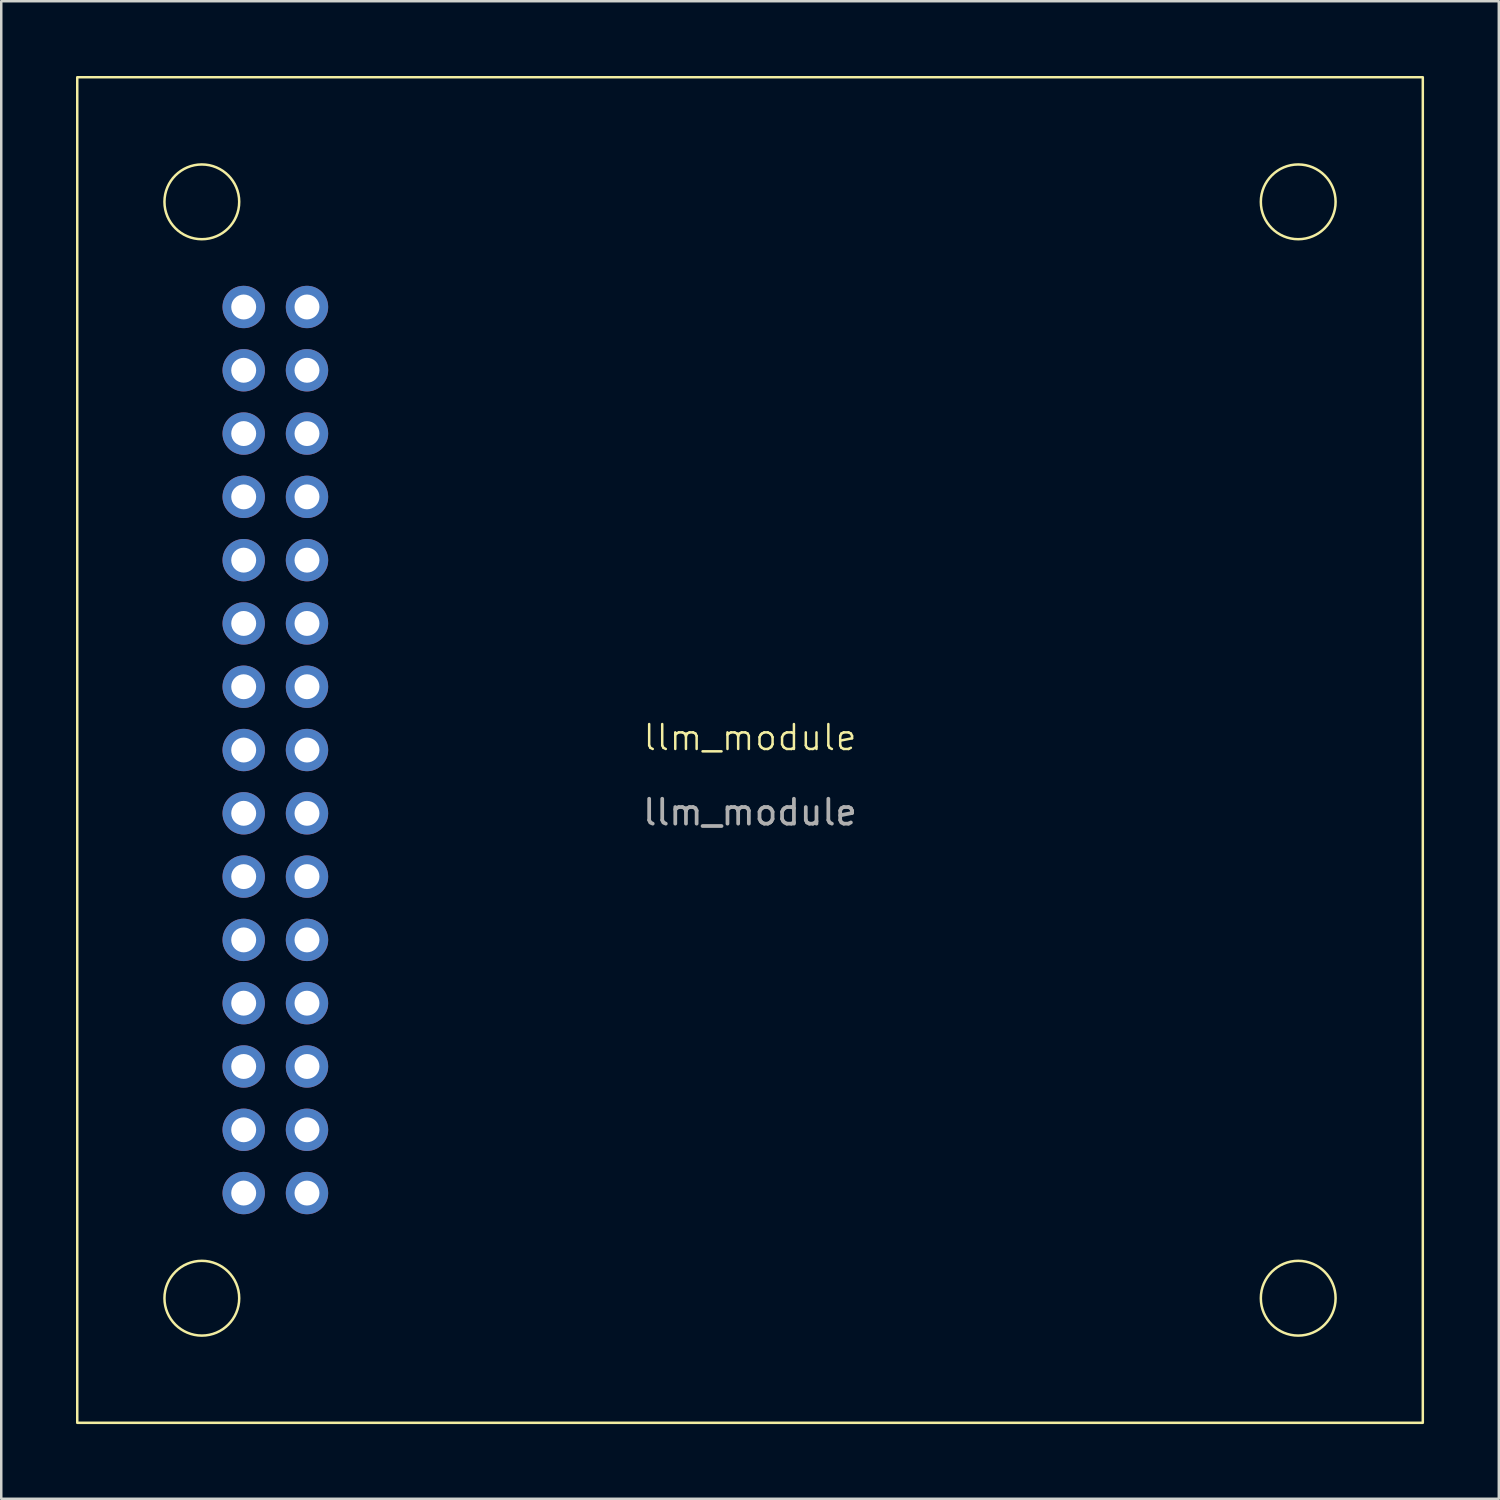
<source format=kicad_pcb>
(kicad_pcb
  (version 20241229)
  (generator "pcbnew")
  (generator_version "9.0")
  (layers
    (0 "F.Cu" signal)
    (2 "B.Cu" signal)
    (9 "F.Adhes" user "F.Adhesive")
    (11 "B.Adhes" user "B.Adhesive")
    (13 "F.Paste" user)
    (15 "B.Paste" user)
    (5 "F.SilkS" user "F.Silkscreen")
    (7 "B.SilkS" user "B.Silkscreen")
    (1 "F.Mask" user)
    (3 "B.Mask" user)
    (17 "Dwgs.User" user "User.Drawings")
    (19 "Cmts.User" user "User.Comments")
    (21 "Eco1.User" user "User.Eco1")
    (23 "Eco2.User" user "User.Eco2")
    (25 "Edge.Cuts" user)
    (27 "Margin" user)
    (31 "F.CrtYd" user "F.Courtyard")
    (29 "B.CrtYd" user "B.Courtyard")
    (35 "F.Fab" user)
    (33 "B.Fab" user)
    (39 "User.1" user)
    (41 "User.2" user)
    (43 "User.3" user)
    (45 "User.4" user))
  (footprint "llm_module"
    (layer "F.Cu")
    (at 27.05 27.05)
    (property "Reference" "llm_module" (at 0 -0.5 0) (unlocked yes) (layer "F.SilkS") (effects (font (size 1 1) (thickness 0.1))))
    (attr through_hole)
    (fp_rect (start -27 -27) (end 27 27) (stroke (width 0.1) (type default)) (fill no) (layer "F.SilkS"))
    (fp_circle (center -22 -22) (end -20.5 -22) (stroke (width 0.1) (type default)) (fill no) (layer "F.SilkS"))
    (fp_circle (center -22 22) (end -20.5 22) (stroke (width 0.1) (type default)) (fill no) (layer "F.SilkS"))
    (fp_circle (center 22 -22) (end 23.5 -22) (stroke (width 0.1) (type default)) (fill no) (layer "F.SilkS"))
    (fp_circle (center 22 22) (end 23.5 22) (stroke (width 0.1) (type default)) (fill no) (layer "F.SilkS"))
    (fp_text user "${REFERENCE}" (at 0 2.5 0) (unlocked yes) (layer "F.Fab") (effects (font (size 1 1) (thickness 0.15))))
    (pad "0" thru_hole circle (at -17.78 -17.78) (size 1.7 1.7) (drill 1) (layers "*.Cu" "*.Mask"))
    (pad "1" thru_hole circle (at -17.78 -15.24) (size 1.7 1.7) (drill 1) (layers "*.Cu" "*.Mask"))
    (pad "2" thru_hole circle (at -17.78 -12.7) (size 1.7 1.7) (drill 1) (layers "*.Cu" "*.Mask"))
    (pad "3" thru_hole circle (at -17.78 -10.16) (size 1.7 1.7) (drill 1) (layers "*.Cu" "*.Mask"))
    (pad "4" thru_hole circle (at -17.78 -7.62) (size 1.7 1.7) (drill 1) (layers "*.Cu" "*.Mask"))
    (pad "5" thru_hole circle (at -17.78 -5.08) (size 1.7 1.7) (drill 1) (layers "*.Cu" "*.Mask"))
    (pad "6" thru_hole circle (at -17.78 -2.54) (size 1.7 1.7) (drill 1) (layers "*.Cu" "*.Mask"))
    (pad "7" thru_hole circle (at -17.78 0) (size 1.7 1.7) (drill 1) (layers "*.Cu" "*.Mask"))
    (pad "8" thru_hole circle (at -17.78 2.54) (size 1.7 1.7) (drill 1) (layers "*.Cu" "*.Mask"))
    (pad "9" thru_hole circle (at -17.78 5.08) (size 1.7 1.7) (drill 1) (layers "*.Cu" "*.Mask"))
    (pad "10" thru_hole circle (at -17.78 7.62) (size 1.7 1.7) (drill 1) (layers "*.Cu" "*.Mask"))
    (pad "11" thru_hole circle (at -17.78 10.16) (size 1.7 1.7) (drill 1) (layers "*.Cu" "*.Mask"))
    (pad "12" thru_hole circle (at -17.78 12.7) (size 1.7 1.7) (drill 1) (layers "*.Cu" "*.Mask"))
    (pad "13" thru_hole circle (at -17.78 15.24) (size 1.7 1.7) (drill 1) (layers "*.Cu" "*.Mask"))
    (pad "14" thru_hole circle (at -17.78 17.78) (size 1.7 1.7) (drill 1) (layers "*.Cu" "*.Mask"))
    (pad "15" thru_hole circle (at -20.32 -17.78) (size 1.7 1.7) (drill 1) (layers "*.Cu" "*.Mask"))
    (pad "16" thru_hole circle (at -20.32 -15.24) (size 1.7 1.7) (drill 1) (layers "*.Cu" "*.Mask"))
    (pad "17" thru_hole circle (at -20.32 -12.7) (size 1.7 1.7) (drill 1) (layers "*.Cu" "*.Mask"))
    (pad "18" thru_hole circle (at -20.32 -10.16) (size 1.7 1.7) (drill 1) (layers "*.Cu" "*.Mask"))
    (pad "19" thru_hole circle (at -20.32 -7.62) (size 1.7 1.7) (drill 1) (layers "*.Cu" "*.Mask"))
    (pad "20" thru_hole circle (at -20.32 -5.08) (size 1.7 1.7) (drill 1) (layers "*.Cu" "*.Mask"))
    (pad "21" thru_hole circle (at -20.32 -2.54) (size 1.7 1.7) (drill 1) (layers "*.Cu" "*.Mask"))
    (pad "22" thru_hole circle (at -20.32 0) (size 1.7 1.7) (drill 1) (layers "*.Cu" "*.Mask"))
    (pad "23" thru_hole circle (at -20.32 2.54) (size 1.7 1.7) (drill 1) (layers "*.Cu" "*.Mask"))
    (pad "24" thru_hole circle (at -20.32 5.08) (size 1.7 1.7) (drill 1) (layers "*.Cu" "*.Mask"))
    (pad "25" thru_hole circle (at -20.32 7.62) (size 1.7 1.7) (drill 1) (layers "*.Cu" "*.Mask"))
    (pad "26" thru_hole circle (at -20.32 10.16) (size 1.7 1.7) (drill 1) (layers "*.Cu" "*.Mask"))
    (pad "27" thru_hole circle (at -20.32 12.7) (size 1.7 1.7) (drill 1) (layers "*.Cu" "*.Mask"))
    (pad "28" thru_hole circle (at -20.32 15.24) (size 1.7 1.7) (drill 1) (layers "*.Cu" "*.Mask"))
    (pad "29" thru_hole circle (at -20.32 17.78) (size 1.7 1.7) (drill 1) (layers "*.Cu" "*.Mask")))
  (gr_rect
    (start -3 -3)
    (end 57.1 57.1)
    (stroke (width 0.1) (type default))
    (fill no)
    (layer "Edge.Cuts")))
</source>
